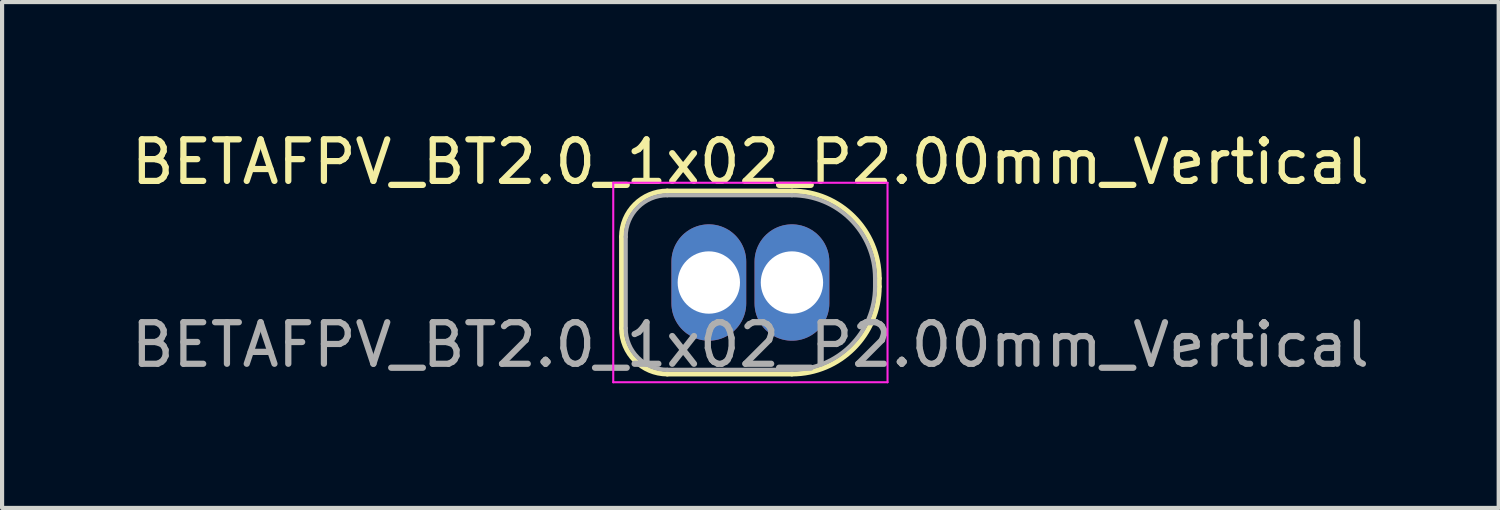
<source format=kicad_pcb>
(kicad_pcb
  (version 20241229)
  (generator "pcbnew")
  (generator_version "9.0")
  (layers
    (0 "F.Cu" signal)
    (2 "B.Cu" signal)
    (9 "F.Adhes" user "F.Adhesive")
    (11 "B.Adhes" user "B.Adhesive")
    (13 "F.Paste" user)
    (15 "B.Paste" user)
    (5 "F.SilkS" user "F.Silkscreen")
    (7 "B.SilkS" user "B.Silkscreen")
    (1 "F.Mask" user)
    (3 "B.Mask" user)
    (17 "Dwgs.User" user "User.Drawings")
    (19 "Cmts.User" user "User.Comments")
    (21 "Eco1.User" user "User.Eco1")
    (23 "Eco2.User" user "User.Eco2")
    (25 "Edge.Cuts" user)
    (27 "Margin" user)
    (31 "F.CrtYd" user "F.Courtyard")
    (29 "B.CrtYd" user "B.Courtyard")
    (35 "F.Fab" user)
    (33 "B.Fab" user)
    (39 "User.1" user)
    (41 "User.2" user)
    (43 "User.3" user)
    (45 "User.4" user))
  (footprint "BETAFPV_BT2.0_1x02_P2.00mm_Vertical"
    (layer "F.Cu")
    (at 14.006 3.748)
    (property "Reference" "BETAFPV_BT2.0_1x02_P2.00mm_Vertical" (at 1 -2.9 0) (layer "F.SilkS") (effects (font (size 1 1) (thickness 0.15))))
    (attr through_hole)
    (fp_line (start -2.1 -1.1) (end -2.1 1.1) (stroke (width 0.12) (type solid)) (layer "F.SilkS"))
    (fp_line (start -1 2.2) (end 2 2.2) (stroke (width 0.12) (type solid)) (layer "F.SilkS"))
    (fp_line (start 2 -2.2) (end -1 -2.2) (stroke (width 0.12) (type solid)) (layer "F.SilkS"))
    (fp_line (start 4.1 0.1) (end 4.1 -0.1) (stroke (width 0.12) (type solid)) (layer "F.SilkS"))
    (fp_arc (start -2.1 -1.1) (mid -1.777817 -1.877817) (end -1 -2.2) (stroke (width 0.12) (type default)) (layer "F.SilkS"))
    (fp_arc (start -1 2.2) (mid -1.777817 1.877817) (end -2.1 1.1) (stroke (width 0.12) (type default)) (layer "F.SilkS"))
    (fp_arc (start 2 -2.2) (mid 3.484924 -1.584924) (end 4.1 -0.1) (stroke (width 0.12) (type default)) (layer "F.SilkS"))
    (fp_arc (start 4.1 0.1) (mid 3.484924 1.584924) (end 2 2.2) (stroke (width 0.12) (type default)) (layer "F.SilkS"))
    (fp_line (start -2.3 -2.4) (end -2.3 2.4) (stroke (width 0.05) (type solid)) (layer "F.CrtYd"))
    (fp_line (start -2.3 2.4) (end 4.3 2.4) (stroke (width 0.05) (type solid)) (layer "F.CrtYd"))
    (fp_line (start 4.3 -2.4) (end -2.3 -2.4) (stroke (width 0.05) (type solid)) (layer "F.CrtYd"))
    (fp_line (start 4.3 2.4) (end 4.3 -2.4) (stroke (width 0.05) (type solid)) (layer "F.CrtYd"))
    (fp_line (start -2 -1.1) (end -2 1.1) (stroke (width 0.1) (type solid)) (layer "F.Fab"))
    (fp_line (start -1 2.1) (end 2 2.1) (stroke (width 0.1) (type solid)) (layer "F.Fab"))
    (fp_line (start 2 -2.1) (end -1 -2.1) (stroke (width 0.1) (type solid)) (layer "F.Fab"))
    (fp_line (start 4 0.1) (end 4 -0.1) (stroke (width 0.1) (type solid)) (layer "F.Fab"))
    (fp_arc (start -2 -1.1) (mid -1.707107 -1.807107) (end -1 -2.1) (stroke (width 0.1) (type default)) (layer "F.Fab"))
    (fp_arc (start -1 2.1) (mid -1.707107 1.807107) (end -2 1.1) (stroke (width 0.1) (type default)) (layer "F.Fab"))
    (fp_arc (start 2 -2.1) (mid 3.414214 -1.514214) (end 4 -0.1) (stroke (width 0.1) (type default)) (layer "F.Fab"))
    (fp_arc (start 4 0.1) (mid 3.414214 1.514214) (end 2 2.1) (stroke (width 0.1) (type default)) (layer "F.Fab"))
    (fp_text user "${REFERENCE}" (at 1 1.5 0) (layer "F.Fab") (effects (font (size 1 1) (thickness 0.15))))
    (pad "1" thru_hole oval (at 0 0) (size 1.8 2.8) (drill 1.5) (layers "*.Cu" "*.Mask"))
    (pad "2" thru_hole oval (at 2 0) (size 1.8 2.8) (drill 1.5) (layers "*.Cu" "*.Mask")))
  (gr_rect
    (start -3 -3)
    (end 33.012 9.173)
    (stroke (width 0.1) (type default))
    (fill no)
    (layer "Edge.Cuts")))
</source>
